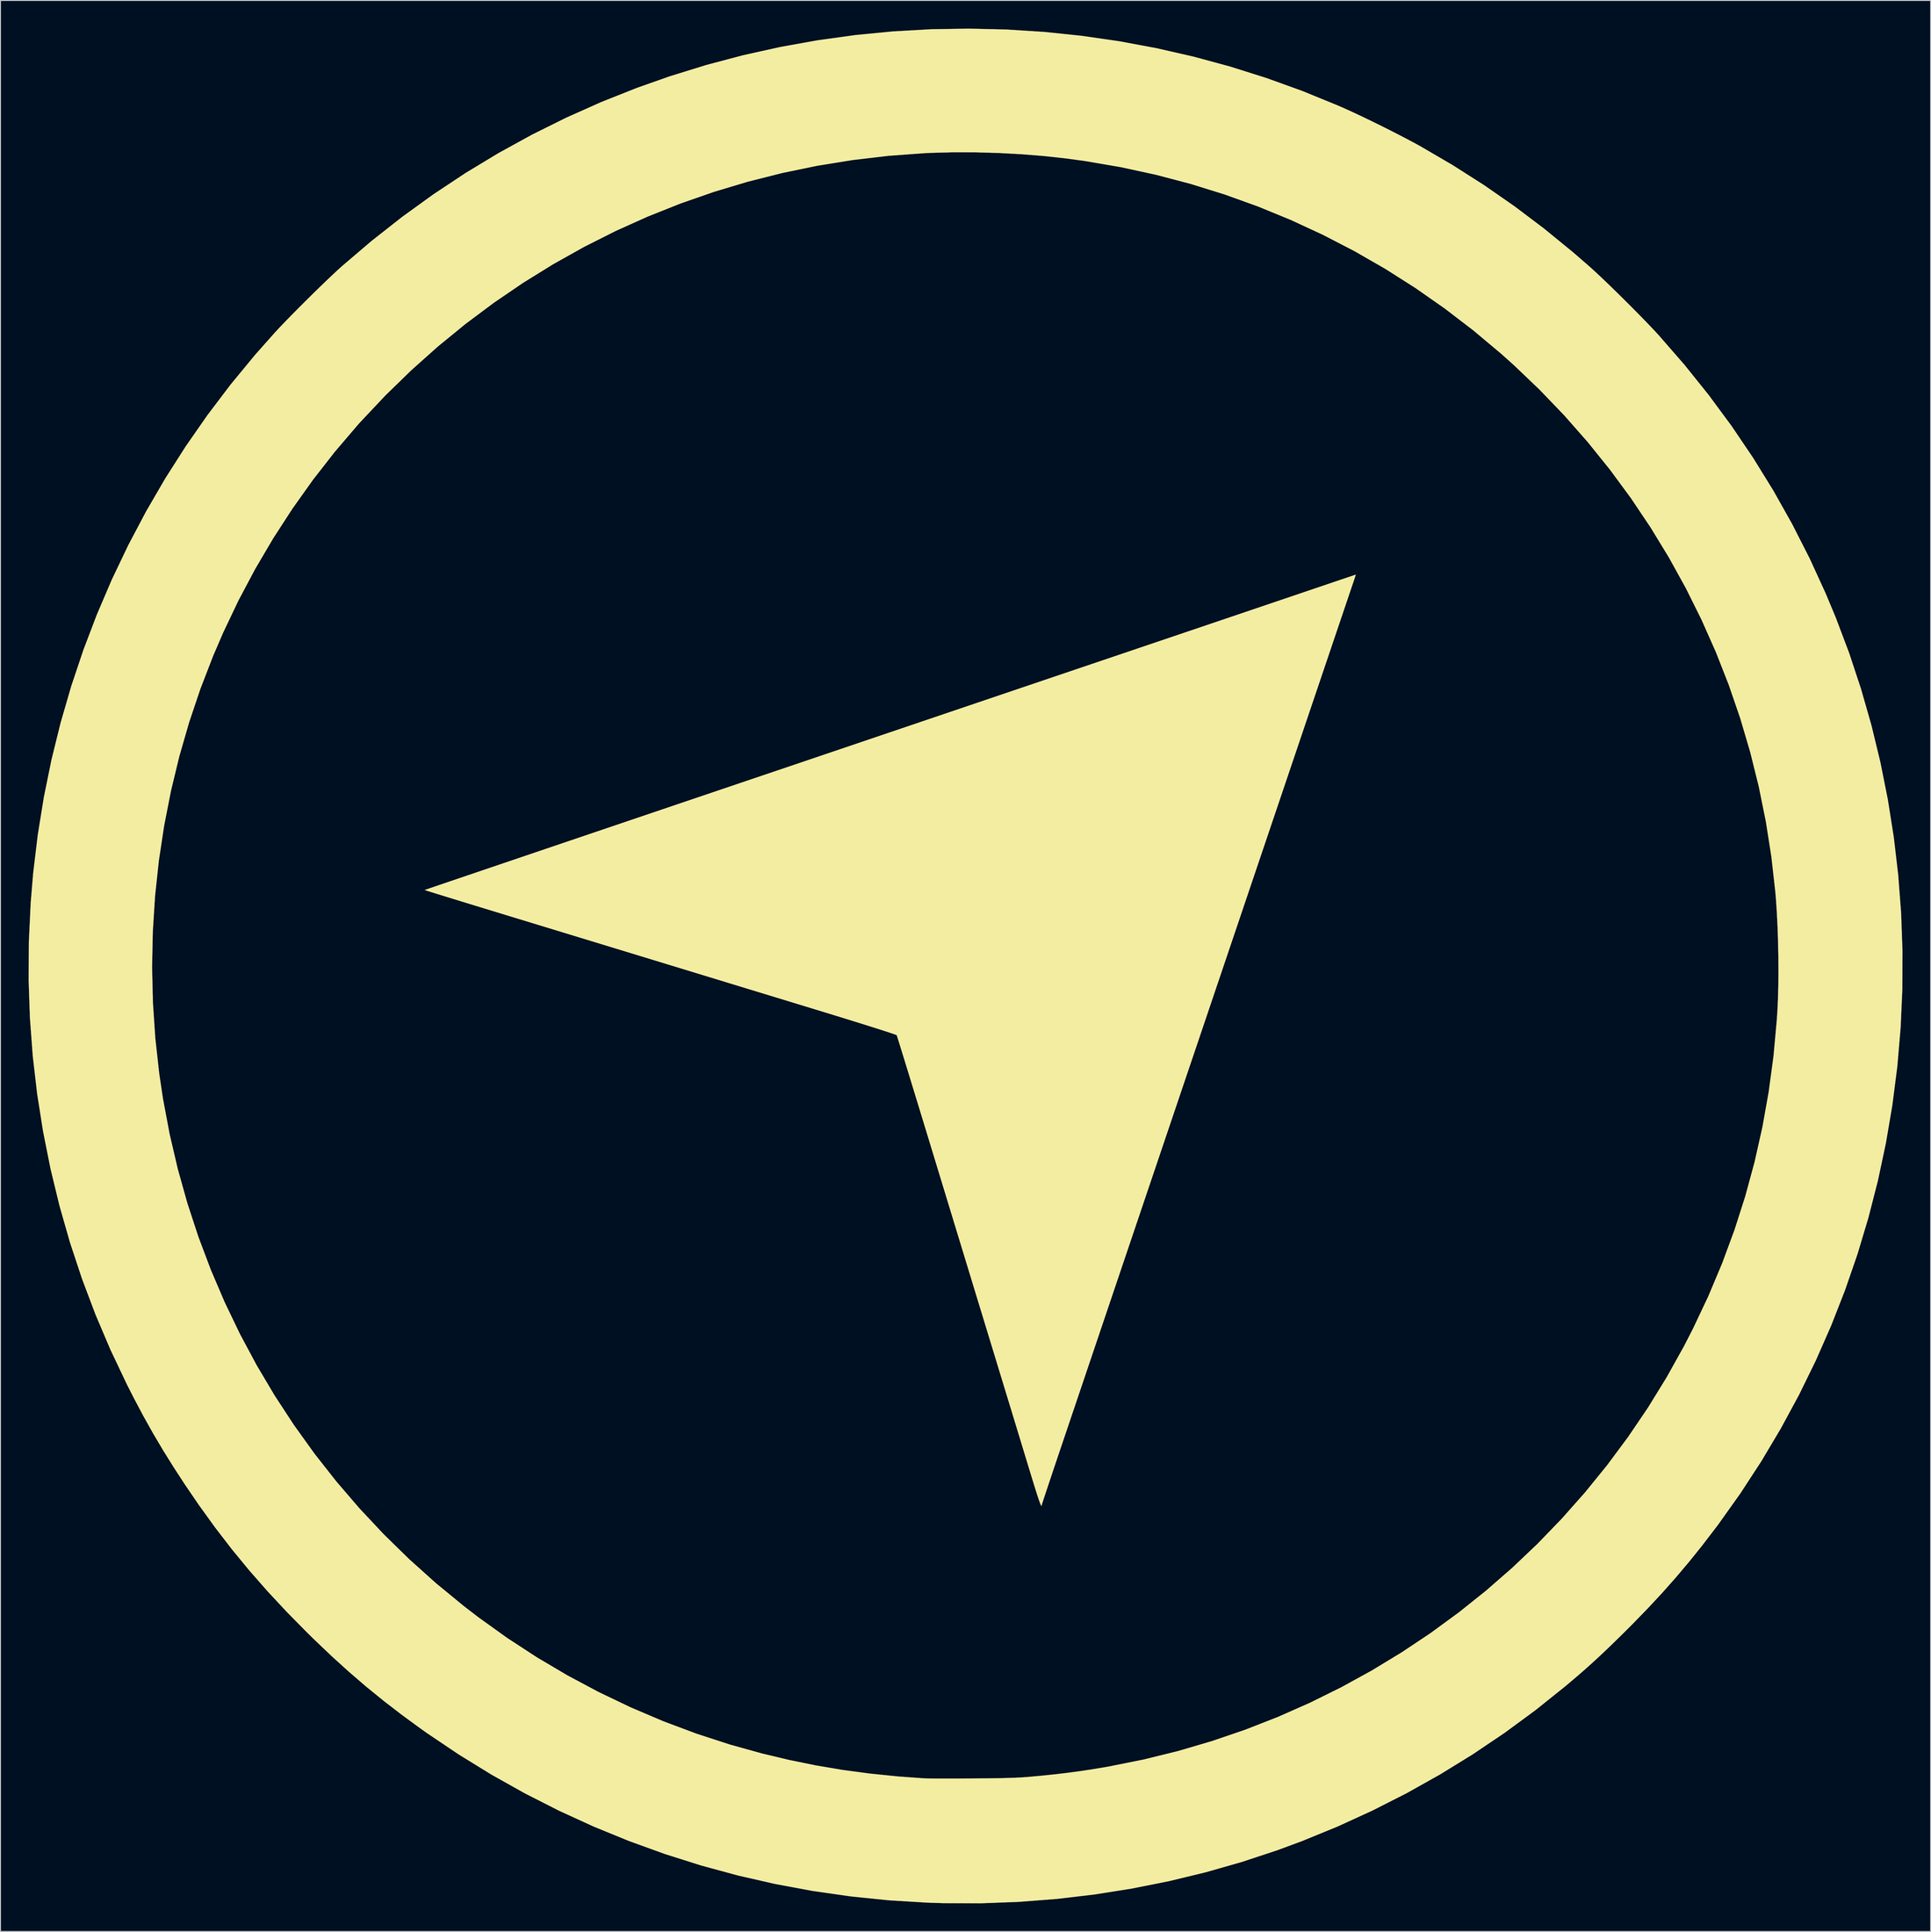
<source format=kicad_pcb>
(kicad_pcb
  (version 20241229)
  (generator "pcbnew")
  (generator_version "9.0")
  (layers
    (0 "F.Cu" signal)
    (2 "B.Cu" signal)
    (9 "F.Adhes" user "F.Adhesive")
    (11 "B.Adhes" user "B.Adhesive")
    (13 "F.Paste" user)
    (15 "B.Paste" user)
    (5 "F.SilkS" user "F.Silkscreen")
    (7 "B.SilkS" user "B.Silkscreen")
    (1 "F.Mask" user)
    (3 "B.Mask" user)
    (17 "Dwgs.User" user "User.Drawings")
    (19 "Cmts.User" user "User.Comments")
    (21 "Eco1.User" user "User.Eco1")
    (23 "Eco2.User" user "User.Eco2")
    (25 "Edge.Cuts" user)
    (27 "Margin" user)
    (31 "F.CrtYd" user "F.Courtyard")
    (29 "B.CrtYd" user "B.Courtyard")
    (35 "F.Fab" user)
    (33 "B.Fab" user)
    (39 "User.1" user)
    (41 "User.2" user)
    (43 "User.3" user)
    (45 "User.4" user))
  (footprint "navigate_20x20_F"
    (layer "F.Cu")
    (at 99.968 99.982)
    (property "Reference" "navigate_20x20_F" (at 0 0 0) (layer "F.SilkS") (effects (font (size 1.524 1.524) (thickness 0.3))))
    (attr through_hole)
    (fp_poly (pts (xy 41.609 -41.666) (xy 41.545 -41.461) (xy 41.445 -41.158) (xy 41.319 -40.785) (xy 41.305 -40.746) (xy 41.254 -40.595) (xy 41.15 -40.289) (xy 40.995 -39.832) (xy 40.791 -39.23) (xy 40.54 -38.487) (xy 40.243 -37.609) (xy 39.902 -36.601) (xy 39.518 -35.467) (xy 39.094 -34.213) (xy 38.631 -32.844) (xy 38.13 -31.364) (xy 37.594 -29.779) (xy 37.024 -28.094) (xy 36.422 -26.313) (xy 35.789 -24.442) (xy 35.128 -22.486) (xy 34.439 -20.45) (xy 33.725 -18.338) (xy 32.987 -16.156) (xy 32.228 -13.908) (xy 31.447 -11.601) (xy 30.649 -9.238) (xy 29.833 -6.825) (xy 29.002 -4.367) (xy 28.157 -1.868) (xy 27.301 0.665) (xy 26.434 3.229) (xy 25.559 5.818) (xy 24.677 8.428) (xy 23.789 11.052) (xy 22.899 13.687) (xy 22.007 16.326) (xy 21.114 18.966) (xy 20.224 21.601) (xy 19.336 24.226) (xy 18.454 26.837) (xy 17.578 29.427) (xy 16.711 31.993) (xy 15.854 34.528) (xy 15.009 37.029) (xy 14.178 39.49) (xy 13.361 41.906) (xy 12.562 44.272) (xy 11.781 46.583) (xy 11.02 48.834) (xy 10.422 50.604) (xy 10.074 51.634) (xy 9.742 52.619) (xy 9.43 53.546) (xy 9.143 54.404) (xy 8.883 55.181) (xy 8.655 55.865) (xy 8.462 56.444) (xy 8.31 56.906) (xy 8.201 57.24) (xy 8.14 57.433) (xy 8.128 57.478) (xy 8.118 57.575) (xy 8.085 57.579) (xy 8.027 57.481) (xy 7.941 57.274) (xy 7.824 56.949) (xy 7.673 56.498) (xy 7.486 55.913) (xy 7.259 55.186) (xy 6.989 54.309) (xy 6.827 53.775) (xy 6.643 53.17) (xy 6.414 52.42) (xy 6.146 51.539) (xy 5.843 50.544) (xy 5.51 49.451) (xy 5.152 48.276) (xy 4.774 47.035) (xy 4.38 45.745) (xy 3.976 44.42) (xy 3.566 43.077) (xy 3.156 41.732) (xy 2.75 40.401) (xy 2.707 40.259) (xy 2.295 38.91) (xy 1.841 37.422) (xy 1.351 35.818) (xy 0.833 34.119) (xy 0.293 32.349) (xy -0.261 30.53) (xy -0.824 28.686) (xy -1.387 26.838) (xy -1.945 25.009) (xy -2.489 23.222) (xy -3.014 21.501) (xy -3.512 19.866) (xy -3.761 19.05) (xy -4.174 17.693) (xy -4.575 16.38) (xy -4.96 15.12) (xy -5.327 13.922) (xy -5.672 12.795) (xy -5.992 11.748) (xy -6.286 10.791) (xy -6.55 9.933) (xy -6.781 9.183) (xy -6.977 8.551) (xy -7.135 8.044) (xy -7.251 7.674) (xy -7.323 7.448) (xy -7.348 7.377) (xy -7.436 7.336) (xy -7.676 7.25) (xy -8.057 7.122) (xy -8.568 6.955) (xy -9.198 6.752) (xy -9.936 6.517) (xy -10.773 6.254) (xy -11.697 5.965) (xy -12.697 5.655) (xy -13.763 5.326) (xy -14.884 4.982) (xy -15.581 4.769) (xy -16.965 4.347) (xy -18.478 3.885) (xy -20.089 3.393) (xy -21.767 2.881) (xy -23.481 2.359) (xy -25.198 1.835) (xy -26.888 1.319) (xy -28.52 0.821) (xy -30.061 0.351) (xy -31.482 -0.083) (xy -31.877 -0.203) (xy -33.19 -0.604) (xy -34.637 -1.045) (xy -36.19 -1.519) (xy -37.821 -2.017) (xy -39.502 -2.529) (xy -41.206 -3.049) (xy -42.903 -3.566) (xy -44.567 -4.074) (xy -46.168 -4.562) (xy -47.68 -5.023) (xy -48.866 -5.384) (xy -50.049 -5.745) (xy -51.185 -6.092) (xy -52.264 -6.422) (xy -53.276 -6.732) (xy -54.21 -7.019) (xy -55.056 -7.279) (xy -55.804 -7.51) (xy -56.443 -7.707) (xy -56.963 -7.869) (xy -57.354 -7.991) (xy -57.604 -8.071) (xy -57.705 -8.106) (xy -57.707 -8.107) (xy -57.626 -8.135) (xy -57.392 -8.216) (xy -57.014 -8.345) (xy -56.498 -8.521) (xy -55.852 -8.741) (xy -55.085 -9.002) (xy -54.203 -9.301) (xy -53.214 -9.637) (xy -52.126 -10.006) (xy -50.947 -10.406) (xy -49.685 -10.834) (xy -48.346 -11.288) (xy -46.939 -11.765) (xy -45.472 -12.262) (xy -43.952 -12.778) (xy -42.386 -13.308) (xy -40.783 -13.851) (xy -39.15 -14.404) (xy -37.495 -14.965) (xy -35.825 -15.53) (xy -34.148 -16.098) (xy -32.472 -16.665) (xy -30.805 -17.23) (xy -29.154 -17.788) (xy -27.527 -18.339) (xy -25.931 -18.879) (xy -24.374 -19.405) (xy -22.865 -19.916) (xy -21.41 -20.407) (xy -21.04 -20.532) (xy -20.19 -20.82) (xy -19.197 -21.155) (xy -18.08 -21.533) (xy -16.855 -21.948) (xy -15.541 -22.393) (xy -14.155 -22.862) (xy -12.715 -23.349) (xy -11.238 -23.849) (xy -9.743 -24.355) (xy -8.248 -24.861) (xy -6.769 -25.362) (xy -5.324 -25.851) (xy -4.657 -26.078) (xy -3.238 -26.558) (xy -1.779 -27.052) (xy -0.296 -27.554) (xy 1.192 -28.058) (xy 2.669 -28.558) (xy 4.116 -29.048) (xy 5.517 -29.523) (xy 6.854 -29.975) (xy 8.109 -30.4) (xy 9.264 -30.791) (xy 10.303 -31.142) (xy 11.208 -31.448) (xy 11.599 -31.581) (xy 13.343 -32.17) (xy 15.114 -32.769) (xy 16.902 -33.374) (xy 18.695 -33.981) (xy 20.483 -34.586) (xy 22.253 -35.185) (xy 23.995 -35.774) (xy 25.697 -36.35) (xy 27.348 -36.909) (xy 28.936 -37.446) (xy 30.451 -37.959) (xy 31.881 -38.443) (xy 33.215 -38.895) (xy 34.441 -39.31) (xy 35.548 -39.685) (xy 36.525 -40.017) (xy 37.36 -40.3) (xy 37.842 -40.463) (xy 38.603 -40.721) (xy 39.313 -40.962) (xy 39.956 -41.18) (xy 40.518 -41.369) (xy 40.981 -41.525) (xy 41.331 -41.643) (xy 41.552 -41.717) (xy 41.627 -41.741) (xy 41.609 -41.666)) (stroke (width 0.01) (type solid)) (fill yes) (layer "F.SilkS"))
    (fp_poly (pts (xy 4.363 -99.883) (xy 8.393 -99.626) (xy 12.409 -99.208) (xy 16.408 -98.629) (xy 20.383 -97.889) (xy 24.328 -96.988) (xy 28.239 -95.927) (xy 32.11 -94.705) (xy 35.936 -93.324) (xy 39.711 -91.782) (xy 40.336 -91.509) (xy 41.158 -91.138) (xy 42.092 -90.701) (xy 43.101 -90.217) (xy 44.151 -89.702) (xy 45.208 -89.174) (xy 46.235 -88.65) (xy 47.198 -88.148) (xy 48.062 -87.686) (xy 48.522 -87.433) (xy 51.967 -85.421) (xy 55.304 -83.295) (xy 58.548 -81.043) (xy 61.714 -78.655) (xy 64.818 -76.119) (xy 66.633 -74.544) (xy 67.162 -74.063) (xy 67.785 -73.481) (xy 68.48 -72.817) (xy 69.226 -72.094) (xy 70.001 -71.333) (xy 70.782 -70.556) (xy 71.55 -69.783) (xy 72.281 -69.038) (xy 72.955 -68.34) (xy 73.549 -67.712) (xy 73.958 -67.268) (xy 76.695 -64.126) (xy 79.285 -60.899) (xy 81.729 -57.588) (xy 84.027 -54.192) (xy 86.178 -50.711) (xy 88.184 -47.143) (xy 90.045 -43.488) (xy 91.76 -39.746) (xy 92.837 -37.169) (xy 94.264 -33.393) (xy 95.533 -29.558) (xy 96.646 -25.67) (xy 97.599 -21.735) (xy 98.393 -17.761) (xy 99.027 -13.753) (xy 99.5 -9.718) (xy 99.811 -5.664) (xy 99.958 -1.596) (xy 99.942 2.479) (xy 99.761 6.554) (xy 99.414 10.622) (xy 99.395 10.795) (xy 98.873 14.865) (xy 98.186 18.898) (xy 97.336 22.89) (xy 96.325 26.836) (xy 95.156 30.733) (xy 93.828 34.575) (xy 92.346 38.36) (xy 90.709 42.081) (xy 88.92 45.736) (xy 86.981 49.319) (xy 84.893 52.827) (xy 82.658 56.255) (xy 80.278 59.599) (xy 78.554 61.852) (xy 77.182 63.556) (xy 75.792 65.202) (xy 74.357 66.822) (xy 72.848 68.445) (xy 71.237 70.105) (xy 70.218 71.123) (xy 69.28 72.044) (xy 68.428 72.868) (xy 67.632 73.62) (xy 66.864 74.326) (xy 66.096 75.013) (xy 65.298 75.708) (xy 64.44 76.437) (xy 63.966 76.835) (xy 60.777 79.387) (xy 57.485 81.805) (xy 54.097 84.086) (xy 50.617 86.228) (xy 47.05 88.227) (xy 43.4 90.08) (xy 39.675 91.785) (xy 35.877 93.339) (xy 33.274 94.302) (xy 29.477 95.557) (xy 25.616 96.659) (xy 21.699 97.606) (xy 17.737 98.396) (xy 13.739 99.029) (xy 9.714 99.502) (xy 5.673 99.815) (xy 1.624 99.965) (xy -2.422 99.951) (xy -4.064 99.899) (xy -8.173 99.649) (xy -12.254 99.232) (xy -16.302 98.652) (xy -20.313 97.907) (xy -24.283 97.001) (xy -28.209 95.935) (xy -32.085 94.709) (xy -35.907 93.325) (xy -39.673 91.786) (xy -43.377 90.091) (xy -47.015 88.243) (xy -50.584 86.243) (xy -54.078 84.092) (xy -57.496 81.792) (xy -58.073 81.382) (xy -60.119 79.888) (xy -62.062 78.392) (xy -63.938 76.868) (xy -65.777 75.287) (xy -67.615 73.622) (xy -69.482 71.845) (xy -70.218 71.123) (xy -72.418 68.891) (xy -74.48 66.68) (xy -76.426 64.46) (xy -78.281 62.205) (xy -80.068 59.884) (xy -81.81 57.471) (xy -83.27 55.33) (xy -84.504 53.436) (xy -85.642 51.609) (xy -86.711 49.8) (xy -87.74 47.961) (xy -88.756 46.044) (xy -89.48 44.619) (xy -91.234 40.922) (xy -92.831 37.166) (xy -94.269 33.355) (xy -95.548 29.494) (xy -96.666 25.588) (xy -97.623 21.641) (xy -98.418 17.659) (xy -99.051 13.644) (xy -99.52 9.603) (xy -99.824 5.539) (xy -99.963 1.458) (xy -99.954 0.107) (xy -86.793 0.107) (xy -86.705 3.899) (xy -86.451 7.688) (xy -86.032 11.467) (xy -85.633 14.139) (xy -84.926 17.907) (xy -84.059 21.621) (xy -83.035 25.279) (xy -81.856 28.875) (xy -80.525 32.406) (xy -79.044 35.868) (xy -77.415 39.257) (xy -75.641 42.569) (xy -73.724 45.8) (xy -71.666 48.947) (xy -69.47 52.005) (xy -67.139 54.97) (xy -64.675 57.839) (xy -62.079 60.607) (xy -59.355 63.271) (xy -56.505 65.827) (xy -53.531 68.27) (xy -51.972 69.469) (xy -48.902 71.67) (xy -45.737 73.734) (xy -42.483 75.657) (xy -39.148 77.436) (xy -35.739 79.067) (xy -32.263 80.547) (xy -28.728 81.872) (xy -25.141 83.039) (xy -21.717 83.991) (xy -18.847 84.676) (xy -15.997 85.258) (xy -13.131 85.743) (xy -10.216 86.134) (xy -7.216 86.439) (xy -4.36 86.646) (xy -4.178 86.651) (xy -3.844 86.655) (xy -3.377 86.659) (xy -2.796 86.661) (xy -2.117 86.661) (xy -1.36 86.661) (xy -0.541 86.659) (xy 0.319 86.655) (xy 0.593 86.654) (xy 1.809 86.646) (xy 2.871 86.635) (xy 3.795 86.62) (xy 4.594 86.6) (xy 5.284 86.576) (xy 5.881 86.547) (xy 6.399 86.513) (xy 6.604 86.496) (xy 8.136 86.356) (xy 9.539 86.211) (xy 10.857 86.056) (xy 12.128 85.886) (xy 13.396 85.696) (xy 14.701 85.48) (xy 15.282 85.379) (xy 19.007 84.632) (xy 22.679 83.727) (xy 26.292 82.665) (xy 29.844 81.452) (xy 33.329 80.089) (xy 36.744 78.579) (xy 40.085 76.927) (xy 43.346 75.135) (xy 46.524 73.206) (xy 49.616 71.144) (xy 52.615 68.951) (xy 55.519 66.631) (xy 58.323 64.187) (xy 61.023 61.623) (xy 63.614 58.94) (xy 66.093 56.143) (xy 68.454 53.235) (xy 70.695 50.218) (xy 72.81 47.096) (xy 74.796 43.872) (xy 76.648 40.55) (xy 77.603 38.693) (xy 79.244 35.22) (xy 80.722 31.706) (xy 82.037 28.148) (xy 83.191 24.543) (xy 84.183 20.889) (xy 85.015 17.184) (xy 85.686 13.426) (xy 86.199 9.613) (xy 86.552 5.741) (xy 86.62 4.699) (xy 86.679 3.426) (xy 86.714 2.022) (xy 86.726 0.524) (xy 86.716 -1.03) (xy 86.684 -2.603) (xy 86.631 -4.158) (xy 86.558 -5.659) (xy 86.465 -7.068) (xy 86.398 -7.874) (xy 85.971 -11.667) (xy 85.38 -15.423) (xy 84.628 -19.137) (xy 83.717 -22.804) (xy 82.649 -26.42) (xy 81.427 -29.979) (xy 80.053 -33.478) (xy 78.529 -36.912) (xy 76.859 -40.275) (xy 75.043 -43.564) (xy 73.085 -46.773) (xy 70.988 -49.899) (xy 68.752 -52.936) (xy 66.381 -55.879) (xy 63.877 -58.725) (xy 61.243 -61.468) (xy 58.481 -64.104) (xy 57.108 -65.332) (xy 54.157 -67.804) (xy 51.117 -70.132) (xy 47.99 -72.317) (xy 44.782 -74.355) (xy 41.494 -76.245) (xy 38.131 -77.985) (xy 34.697 -79.575) (xy 31.194 -81.012) (xy 27.627 -82.295) (xy 23.998 -83.422) (xy 20.312 -84.391) (xy 16.572 -85.202) (xy 12.781 -85.852) (xy 10.668 -86.141) (xy 8.358 -86.393) (xy 5.95 -86.585) (xy 3.492 -86.717) (xy 1.031 -86.785) (xy -1.385 -86.79) (xy -3.708 -86.728) (xy -4.403 -86.696) (xy -8.259 -86.41) (xy -12.075 -85.96) (xy -15.848 -85.349) (xy -19.573 -84.577) (xy -23.247 -83.648) (xy -26.865 -82.563) (xy -30.424 -81.323) (xy -33.92 -79.93) (xy -37.35 -78.388) (xy -40.708 -76.696) (xy -43.992 -74.858) (xy -47.197 -72.874) (xy -50.319 -70.748) (xy -53.356 -68.48) (xy -56.302 -66.073) (xy -59.154 -63.528) (xy -61.908 -60.847) (xy -64.56 -58.033) (xy -64.865 -57.693) (xy -67.307 -54.833) (xy -69.626 -51.86) (xy -71.818 -48.78) (xy -73.877 -45.603) (xy -75.798 -42.337) (xy -77.576 -38.99) (xy -79.205 -35.57) (xy -80.267 -33.107) (xy -81.634 -29.574) (xy -82.842 -25.987) (xy -83.891 -22.352) (xy -84.779 -18.676) (xy -85.507 -14.964) (xy -86.073 -11.224) (xy -86.476 -7.46) (xy -86.716 -3.681) (xy -86.793 0.107) (xy -99.954 0.107) (xy -99.935 -2.637) (xy -99.741 -6.74) (xy -99.477 -9.906) (xy -98.988 -13.979) (xy -98.335 -18.016) (xy -97.52 -22.013) (xy -96.544 -25.964) (xy -95.41 -29.866) (xy -94.119 -33.715) (xy -92.674 -37.504) (xy -91.077 -41.232) (xy -89.329 -44.891) (xy -87.433 -48.48) (xy -85.391 -51.992) (xy -83.204 -55.423) (xy -80.874 -58.769) (xy -78.405 -62.026) (xy -75.796 -65.189) (xy -73.65 -67.606) (xy -73.16 -68.131) (xy -72.576 -68.741) (xy -71.918 -69.415) (xy -71.208 -70.134) (xy -70.466 -70.875) (xy -69.715 -71.618) (xy -68.974 -72.343) (xy -68.265 -73.028) (xy -67.609 -73.652) (xy -67.028 -74.194) (xy -66.548 -74.629) (xy -63.364 -77.342) (xy -60.1 -79.906) (xy -56.756 -82.321) (xy -53.334 -84.587) (xy -49.834 -86.702) (xy -46.256 -88.668) (xy -42.602 -90.482) (xy -38.873 -92.145) (xy -35.068 -93.656) (xy -31.592 -94.883) (xy -27.69 -96.091) (xy -23.752 -97.135) (xy -19.783 -98.016) (xy -15.79 -98.734) (xy -11.777 -99.289) (xy -7.75 -99.681) (xy -3.714 -99.91) (xy 0.326 -99.977) (xy 4.363 -99.883)) (stroke (width 0.01) (type solid)) (fill yes) (layer "F.SilkS")))
  (gr_rect
    (start -3 -3)
    (end 202.931 202.952)
    (stroke (width 0.1) (type default))
    (fill no)
    (layer "Edge.Cuts")))
</source>
